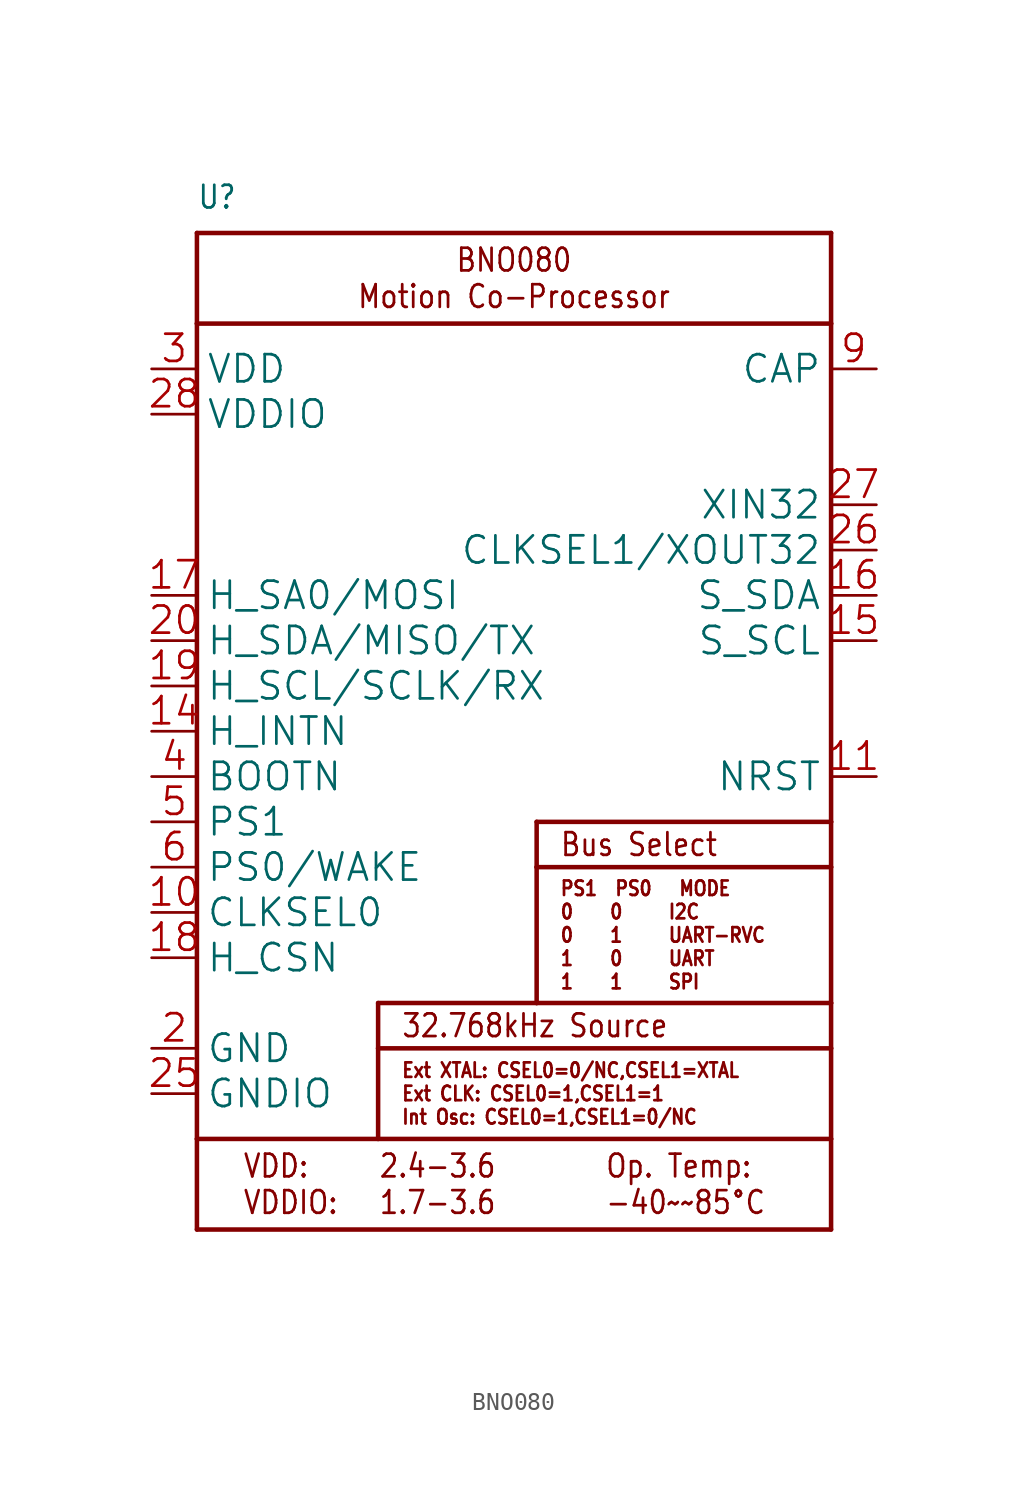
<source format=kicad_sym>
(kicad_symbol_lib
  (version 20241209)
  (generator "kicad_symbol_editor")
  (generator_version "9.0")
  (symbol "BNO080"
    (property "Reference" "U"
      (at -17.78 29.21 0)
      (effects (font (size 1.27 1.079)) (justify left bottom)))
    (property "Value" ""
      (at -17.78 -30.48 0)
      (effects (font (size 1.27 1.079)) (justify left bottom)))
    (property "ki_locked" ""
      (at 0 0 0)
      (effects (font (size 1.27 1.27))))
    (symbol "BNO080_1_0"
      (polyline (pts (xy -17.78 27.94) (xy 17.78 27.94)) (stroke (width 0.254) (type solid)) (fill (type none)))
      (polyline (pts (xy -17.78 22.86) (xy -17.78 27.94)) (stroke (width 0.254) (type solid)) (fill (type none)))
      (polyline (pts (xy -17.78 22.86) (xy 17.78 22.86)) (stroke (width 0.254) (type solid)) (fill (type none)))
      (polyline (pts (xy -17.78 -22.86) (xy -17.78 22.86)) (stroke (width 0.254) (type solid)) (fill (type none)))
      (polyline (pts (xy -17.78 -22.86) (xy -17.78 -27.94)) (stroke (width 0.254) (type solid)) (fill (type none)))
      (polyline (pts (xy -17.78 -27.94) (xy 17.78 -27.94)) (stroke (width 0.254) (type solid)) (fill (type none)))
      (polyline (pts (xy -7.62 -15.24) (xy 1.27 -15.24)) (stroke (width 0.254) (type solid)) (fill (type none)))
      (polyline (pts (xy -7.62 -17.78) (xy -7.62 -15.24)) (stroke (width 0.254) (type solid)) (fill (type none)))
      (polyline (pts (xy -7.62 -17.78) (xy 17.78 -17.78)) (stroke (width 0.254) (type solid)) (fill (type none)))
      (polyline (pts (xy -7.62 -22.86) (xy -17.78 -22.86)) (stroke (width 0.254) (type solid)) (fill (type none)))
      (polyline (pts (xy -7.62 -22.86) (xy -7.62 -17.78)) (stroke (width 0.254) (type solid)) (fill (type none)))
      (polyline (pts (xy 1.27 -5.08) (xy 1.27 -7.62)) (stroke (width 0.254) (type solid)) (fill (type none)))
      (polyline (pts (xy 1.27 -7.62) (xy 1.27 -15.24)) (stroke (width 0.254) (type solid)) (fill (type none)))
      (polyline (pts (xy 1.27 -7.62) (xy 17.78 -7.62)) (stroke (width 0.254) (type solid)) (fill (type none)))
      (polyline (pts (xy 1.27 -15.24) (xy 17.78 -15.24)) (stroke (width 0.254) (type solid)) (fill (type none)))
      (polyline (pts (xy 17.78 27.94) (xy 17.78 22.86)) (stroke (width 0.254) (type solid)) (fill (type none)))
      (polyline (pts (xy 17.78 22.86) (xy 17.78 -5.08)) (stroke (width 0.254) (type solid)) (fill (type none)))
      (polyline (pts (xy 17.78 -5.08) (xy 1.27 -5.08)) (stroke (width 0.254) (type solid)) (fill (type none)))
      (polyline (pts (xy 17.78 -5.08) (xy 17.78 -7.62)) (stroke (width 0.254) (type solid)) (fill (type none)))
      (polyline (pts (xy 17.78 -7.62) (xy 17.78 -15.24)) (stroke (width 0.254) (type solid)) (fill (type none)))
      (polyline (pts (xy 17.78 -15.24) (xy 17.78 -17.78)) (stroke (width 0.254) (type solid)) (fill (type none)))
      (polyline (pts (xy 17.78 -17.78) (xy 17.78 -22.86)) (stroke (width 0.254) (type solid)) (fill (type none)))
      (polyline (pts (xy 17.78 -22.86) (xy -7.62 -22.86)) (stroke (width 0.254) (type solid)) (fill (type none)))
      (polyline (pts (xy 17.78 -27.94) (xy 17.78 -22.86)) (stroke (width 0.254) (type solid)) (fill (type none)))
      (text "VDD:\nVDDIO:" (at -15.24 -25.4 0) (effects (font (size 1.27 1.079)) (justify left)))
      (text "2.4-3.6\n1.7-3.6" (at -7.62 -25.4 0) (effects (font (size 1.27 1.079)) (justify left)))
      (text "32.768kHz Source" (at -6.35 -16.51 0) (effects (font (size 1.27 1.079)) (justify left)))
      (text "Ext XTAL: CSEL0=0/NC,CSEL1=XTAL\nExt CLK: CSEL0=1,CSEL1=1\nInt Osc: CSEL0=1,CSEL1=0/NC" (at -6.35 -20.32 0) (effects (font (size 0.813 0.691)) (justify left)))
      (text "BNO080\nMotion Co-Processor" (at 0 25.4 0) (effects (font (size 1.27 1.079))))
      (text "Bus Select" (at 2.54 -6.35 0) (effects (font (size 1.27 1.079)) (justify left)))
      (text "PS1  PS0   MODE\n0    0     I2C\n0    1     UART-RVC\n1    0     UART\n1    1     SPI" (at 2.54 -11.43 0) (effects (font (size 0.813 0.691)) (justify left)))
      (text "Op. Temp:\n-40~~85°C" (at 5.08 -25.4 0) (effects (font (size 1.27 1.079)) (justify left)))
      (pin power_in line (at -20.32 20.32 0) (length 2.54) (name "VDD" (effects (font (size 1.524 1.524)))) (number "3" (effects (font (size 1.524 1.524)))))
      (pin power_in line (at -20.32 17.78 0) (length 2.54) (name "VDDIO" (effects (font (size 1.524 1.524)))) (number "28" (effects (font (size 1.524 1.524)))))
      (pin output line (at -20.32 7.62 0) (length 2.54) (name "H_SA0/MOSI" (effects (font (size 1.524 1.524)))) (number "17" (effects (font (size 1.524 1.524)))))
      (pin bidirectional line (at -20.32 5.08 0) (length 2.54) (name "H_SDA/MISO/TX" (effects (font (size 1.524 1.524)))) (number "20" (effects (font (size 1.524 1.524)))))
      (pin bidirectional line (at -20.32 2.54 0) (length 2.54) (name "H_SCL/SCLK/RX" (effects (font (size 1.524 1.524)))) (number "19" (effects (font (size 1.524 1.524)))))
      (pin output line (at -20.32 0 0) (length 2.54) (name "H_INTN" (effects (font (size 1.524 1.524)))) (number "14" (effects (font (size 1.524 1.524)))))
      (pin input line (at -20.32 -2.54 0) (length 2.54) (name "BOOTN" (effects (font (size 1.524 1.524)))) (number "4" (effects (font (size 1.524 1.524)))))
      (pin input line (at -20.32 -5.08 0) (length 2.54) (name "PS1" (effects (font (size 1.524 1.524)))) (number "5" (effects (font (size 1.524 1.524)))))
      (pin input line (at -20.32 -7.62 0) (length 2.54) (name "PS0/WAKE" (effects (font (size 1.524 1.524)))) (number "6" (effects (font (size 1.524 1.524)))))
      (pin input line (at -20.32 -10.16 0) (length 2.54) (name "CLKSEL0" (effects (font (size 1.524 1.524)))) (number "10" (effects (font (size 1.524 1.524)))))
      (pin input line (at -20.32 -12.7 0) (length 2.54) (name "H_CSN" (effects (font (size 1.524 1.524)))) (number "18" (effects (font (size 1.524 1.524)))))
      (pin power_in line (at -20.32 -17.78 0) (length 2.54) (name "GND" (effects (font (size 1.524 1.524)))) (number "2" (effects (font (size 1.524 1.524)))))
      (pin power_in line (at -20.32 -20.32 0) (length 2.54) (name "GNDIO" (effects (font (size 1.524 1.524)))) (number "25" (effects (font (size 1.524 1.524)))))
      (pin passive line (at 20.32 20.32 180) (length 2.54) (name "CAP" (effects (font (size 1.524 1.524)))) (number "9" (effects (font (size 1.524 1.524)))))
      (pin input line (at 20.32 12.7 180) (length 2.54) (name "XIN32" (effects (font (size 1.524 1.524)))) (number "27" (effects (font (size 1.524 1.524)))))
      (pin output line (at 20.32 10.16 180) (length 2.54) (name "CLKSEL1/XOUT32" (effects (font (size 1.524 1.524)))) (number "26" (effects (font (size 1.524 1.524)))))
      (pin bidirectional line (at 20.32 7.62 180) (length 2.54) (name "S_SDA" (effects (font (size 1.524 1.524)))) (number "16" (effects (font (size 1.524 1.524)))))
      (pin bidirectional line (at 20.32 5.08 180) (length 2.54) (name "S_SCL" (effects (font (size 1.524 1.524)))) (number "15" (effects (font (size 1.524 1.524)))))
      (pin input line (at 20.32 -2.54 180) (length 2.54) (name "NRST" (effects (font (size 1.524 1.524)))) (number "11" (effects (font (size 1.524 1.524))))))))
</source>
